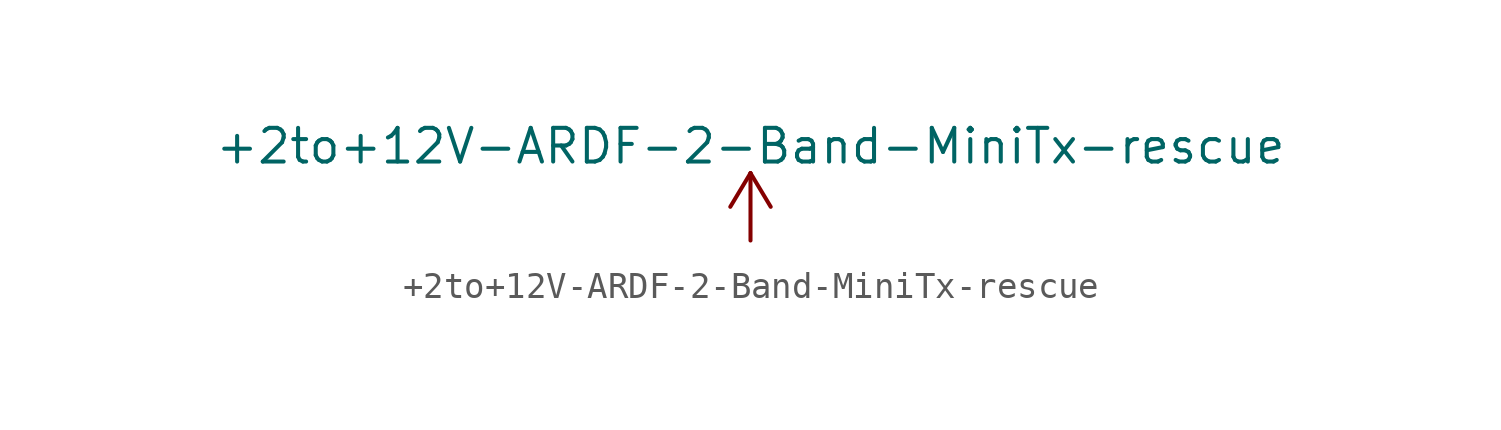
<source format=kicad_sym>
(kicad_symbol_lib
  (version 20211014)
  (generator kicad_symbol_editor)
  (symbol "+2to+12V-ARDF-2-Band-MiniTx-rescue"
    (power)
    (pin_names
      (offset 0))
    (property "Reference" "#PWR"
      (at 0 -3.81 0)
      (effects (font (size 1.27 1.27)) hide))
    (property "Value" "+2to+12V-ARDF-2-Band-MiniTx-rescue"
      (at 0 3.556 0)
      (effects (font (size 1.27 1.27))))
    (property "Footprint" ""
      (at 0 0 0)
      (effects (font (size 1.27 1.27))))
    (property "Datasheet" ""
      (at 0 0 0)
      (effects (font (size 1.27 1.27))))
    (symbol "+2to+12V-ARDF-2-Band-MiniTx-rescue_0_1"
      (polyline (pts (xy -0.762 1.27) (xy 0 2.54)) (stroke (width 0) (type default) (color 0 0 0 0)) (fill (type none)))
      (polyline (pts (xy 0 0) (xy 0 2.54)) (stroke (width 0) (type default) (color 0 0 0 0)) (fill (type none)))
      (polyline (pts (xy 0 2.54) (xy 0.762 1.27)) (stroke (width 0) (type default) (color 0 0 0 0)) (fill (type none))))
    (symbol "+2to+12V-ARDF-2-Band-MiniTx-rescue_1_1"
      (pin power_in line (at 0 0 90) (length 0) hide (name "+2to+12V" (effects (font (size 1.27 1.27)))) (number "1" (effects (font (size 1.27 1.27))))))))
</source>
